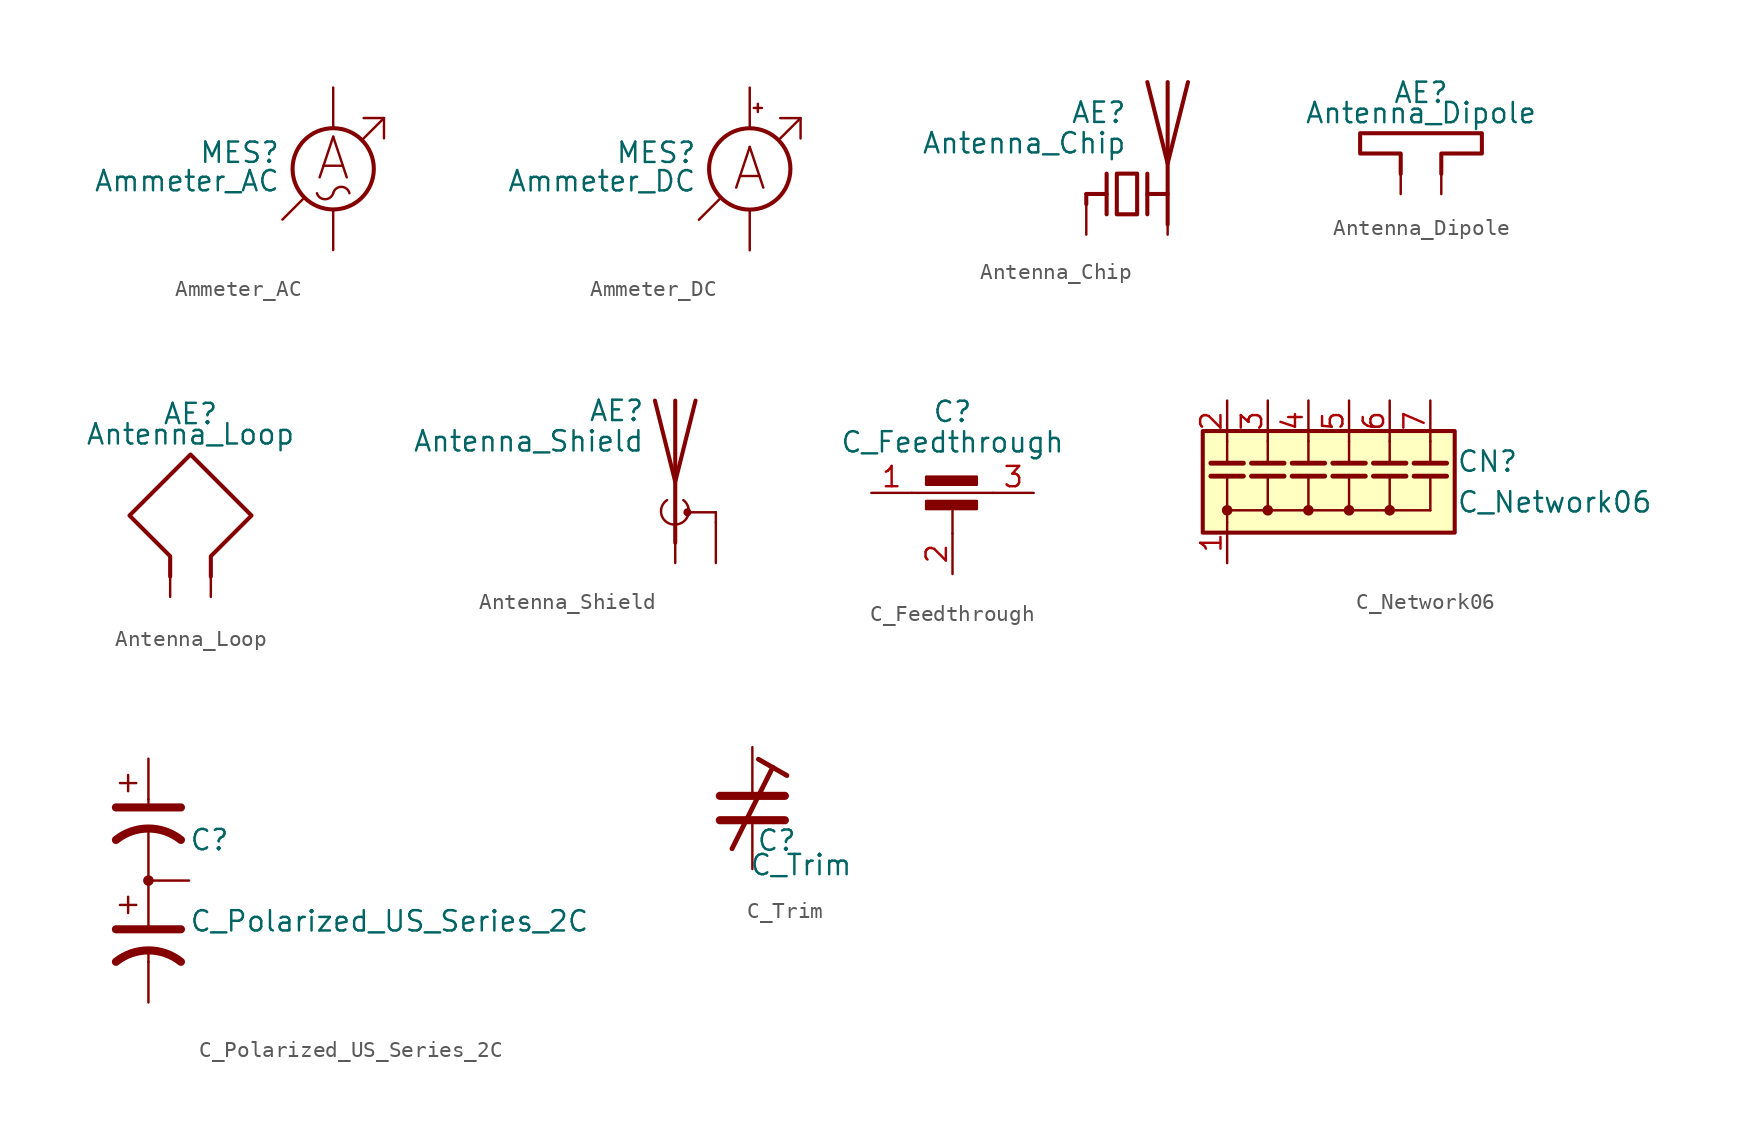
<source format=kicad_sym>
(kicad_symbol_lib
  (version 20241209)
  (generator "kicad_symbol_editor")
  (generator_version "9.0")
  (symbol "Ammeter_AC"
    (pin_numbers
      (hide yes))
    (pin_names
      (offset 0.025)
      (hide yes))
    (property "Reference" "MES"
      (at -3.302 1.016 0)
      (effects (font (size 1.27 1.27)) (justify right)))
    (property "Value" "Ammeter_AC"
      (at -3.302 -0.762 0)
      (effects (font (size 1.27 1.27)) (justify right)))
    (symbol "Ammeter_AC_0_0"
      (polyline (pts (xy -3.175 -3.175) (xy -1.905 -1.905)) (stroke (width 0) (type default)) (fill (type none)))
      (polyline (pts (xy 1.905 3.175) (xy 3.175 3.175) (xy 3.175 1.905)) (stroke (width 0) (type default)) (fill (type none)))
      (polyline (pts (xy 1.905 1.905) (xy 3.175 3.175)) (stroke (width 0) (type default)) (fill (type none)))
      (text "A" (at 0 0.635 0) (effects (font (size 2.54 2.54)))))
    (symbol "Ammeter_AC_0_1"
      (arc (start 0 -1.524) (mid -0.508 -1.902) (end -1.016 -1.524) (stroke (width 0) (type default)) (fill (type none)))
      (circle (center 0 0) (radius 2.54) (stroke (width 0.254) (type default)) (fill (type none)))
      (arc (start 0 -1.524) (mid 0.508 -1.1274) (end 1.016 -1.524) (stroke (width 0) (type default)) (fill (type none))))
    (symbol "Ammeter_AC_1_1"
      (pin passive line (at 0 5.08 270) (length 2.54) (name "~" (effects (font (size 1.27 1.27)))) (number "2" (effects (font (size 1.27 1.27)))))
      (pin passive line (at 0 -5.08 90) (length 2.54) (name "~" (effects (font (size 1.27 1.27)))) (number "1" (effects (font (size 1.27 1.27)))))))
  (symbol "Ammeter_DC"
    (pin_numbers
      (hide yes))
    (pin_names
      (offset 0.025)
      (hide yes))
    (property "Reference" "MES"
      (at -3.302 1.016 0)
      (effects (font (size 1.27 1.27)) (justify right)))
    (property "Value" "Ammeter_DC"
      (at -3.302 -0.762 0)
      (effects (font (size 1.27 1.27)) (justify right)))
    (symbol "Ammeter_DC_0_0"
      (polyline (pts (xy -3.175 -3.175) (xy -1.905 -1.905)) (stroke (width 0) (type default)) (fill (type none)))
      (polyline (pts (xy 1.905 3.175) (xy 3.175 3.175) (xy 3.175 1.905)) (stroke (width 0) (type default)) (fill (type none)))
      (polyline (pts (xy 1.905 1.905) (xy 3.175 3.175)) (stroke (width 0) (type default)) (fill (type none)))
      (text "A" (at 0 0 0) (effects (font (size 2.54 2.54)))))
    (symbol "Ammeter_DC_0_1"
      (circle (center 0 0) (radius 2.54) (stroke (width 0.254) (type default)) (fill (type none)))
      (polyline (pts (xy 0.254 3.81) (xy 0.762 3.81)) (stroke (width 0) (type default)) (fill (type none)))
      (polyline (pts (xy 0.508 4.064) (xy 0.508 3.556)) (stroke (width 0) (type default)) (fill (type none))))
    (symbol "Ammeter_DC_1_1"
      (pin passive line (at 0 5.08 270) (length 2.54) (name "+" (effects (font (size 1.27 1.27)))) (number "2" (effects (font (size 1.27 1.27)))))
      (pin passive line (at 0 -5.08 90) (length 2.54) (name "-" (effects (font (size 1.27 1.27)))) (number "1" (effects (font (size 1.27 1.27)))))))
  (symbol "Antenna_Chip"
    (pin_numbers
      (hide yes))
    (pin_names
      (offset 1.016)
      (hide yes))
    (property "Reference" "AE"
      (at 0 5.08 0)
      (effects (font (size 1.27 1.27)) (justify right)))
    (property "Value" "Antenna_Chip"
      (at 0 3.175 0)
      (effects (font (size 1.27 1.27)) (justify right)))
    (symbol "Antenna_Chip_0_1"
      (polyline (pts (xy -2.54 0) (xy -2.54 -0.635)) (stroke (width 0.254) (type default)) (fill (type none)))
      (polyline (pts (xy -2.54 0) (xy -1.27 0)) (stroke (width 0.254) (type default)) (fill (type none)))
      (polyline (pts (xy -1.27 1.27) (xy -1.27 -1.27) (xy -1.27 0)) (stroke (width 0.254) (type default)) (fill (type none)))
      (polyline (pts (xy -0.635 1.27) (xy 0.635 1.27) (xy 0.635 -1.27) (xy -0.635 -1.27) (xy -0.635 1.27)) (stroke (width 0.254) (type default)) (fill (type none)))
      (polyline (pts (xy 1.27 1.27) (xy 1.27 -1.27)) (stroke (width 0.254) (type default)) (fill (type none)))
      (polyline (pts (xy 1.27 0) (xy 2.54 0)) (stroke (width 0.254) (type default)) (fill (type none)))
      (polyline (pts (xy 2.54 6.985) (xy 2.54 -1.905)) (stroke (width 0.254) (type default)) (fill (type none)))
      (polyline (pts (xy 2.54 -0.635) (xy 2.54 0)) (stroke (width 0) (type default)) (fill (type none)))
      (polyline (pts (xy 3.81 6.985) (xy 2.54 1.905) (xy 1.27 6.985)) (stroke (width 0.254) (type default)) (fill (type none))))
    (symbol "Antenna_Chip_1_1"
      (pin input line (at -2.54 -2.54 90) (length 2.54) (name "FEED" (effects (font (size 1.27 1.27)))) (number "1" (effects (font (size 1.27 1.27)))))
      (pin passive line (at 2.54 -2.54 90) (length 2.54) (name "PCB_Trace" (effects (font (size 1.27 1.27)))) (number "2" (effects (font (size 1.27 1.27)))))))
  (symbol "Antenna_Dipole"
    (pin_numbers
      (hide yes))
    (pin_names
      (offset 1.016)
      (hide yes))
    (property "Reference" "AE"
      (at 1.27 1.27 0)
      (effects (font (size 1.27 1.27))))
    (property "Value" "Antenna_Dipole"
      (at 1.27 0 0)
      (effects (font (size 1.27 1.27))))
    (symbol "Antenna_Dipole_0_1"
      (polyline (pts (xy 2.54 -3.81) (xy 2.54 -2.54) (xy 5.08 -2.54) (xy 5.08 -1.27) (xy -2.54 -1.27) (xy -2.54 -2.54) (xy 0 -2.54) (xy 0 -3.81)) (stroke (width 0.254) (type default)) (fill (type none))))
    (symbol "Antenna_Dipole_1_1"
      (pin input line (at 0 -5.08 90) (length 2.54) (name "~" (effects (font (size 1.27 1.27)))) (number "1" (effects (font (size 1.27 1.27)))))
      (pin input line (at 2.54 -5.08 90) (length 2.54) (name "~" (effects (font (size 1.27 1.27)))) (number "2" (effects (font (size 1.27 1.27)))))))
  (symbol "Antenna_Loop"
    (pin_numbers
      (hide yes))
    (pin_names
      (offset 1.016)
      (hide yes))
    (property "Reference" "AE"
      (at 1.27 6.35 0)
      (effects (font (size 1.27 1.27))))
    (property "Value" "Antenna_Loop"
      (at 1.27 5.08 0)
      (effects (font (size 1.27 1.27))))
    (symbol "Antenna_Loop_0_1"
      (polyline (pts (xy 2.54 -3.81) (xy 2.54 -2.54) (xy 5.08 0) (xy 1.27 3.81) (xy -2.54 0) (xy 0 -2.54) (xy 0 -3.81)) (stroke (width 0.254) (type default)) (fill (type none))))
    (symbol "Antenna_Loop_1_1"
      (pin input line (at 0 -5.08 90) (length 2.54) (name "~" (effects (font (size 1.27 1.27)))) (number "1" (effects (font (size 1.27 1.27)))))
      (pin input line (at 2.54 -5.08 90) (length 2.54) (name "~" (effects (font (size 1.27 1.27)))) (number "2" (effects (font (size 1.27 1.27)))))))
  (symbol "Antenna_Shield"
    (pin_numbers
      (hide yes))
    (pin_names
      (offset 1.016)
      (hide yes))
    (property "Reference" "AE"
      (at -1.905 4.445 0)
      (effects (font (size 1.27 1.27)) (justify right)))
    (property "Value" "Antenna_Shield"
      (at -1.905 2.54 0)
      (effects (font (size 1.27 1.27)) (justify right)))
    (symbol "Antenna_Shield_0_1"
      (arc (start 0 -2.667) (mid -0.8485 -2.1032) (end -0.508 -1.143) (stroke (width 0) (type default)) (fill (type none)))
      (polyline (pts (xy 0 5.08) (xy 0 -3.81)) (stroke (width 0.254) (type default)) (fill (type none)))
      (polyline (pts (xy 0 -2.54) (xy 0 0)) (stroke (width 0) (type default)) (fill (type none)))
      (arc (start 0.508 -1.143) (mid 0.8046 -2.0885) (end 0 -2.667) (stroke (width 0) (type default)) (fill (type none)))
      (polyline (pts (xy 0.762 -1.905) (xy 2.54 -1.905)) (stroke (width 0) (type default)) (fill (type none)))
      (circle (center 0.762 -1.905) (radius 0.178) (stroke (width 0) (type default)) (fill (type outline)))
      (polyline (pts (xy 1.27 5.08) (xy 0 0) (xy -1.27 5.08)) (stroke (width 0.254) (type default)) (fill (type none)))
      (polyline (pts (xy 2.54 -2.54) (xy 2.54 -1.905)) (stroke (width 0) (type default)) (fill (type none))))
    (symbol "Antenna_Shield_1_1"
      (pin input line (at 0 -5.08 90) (length 2.54) (name "A" (effects (font (size 1.27 1.27)))) (number "1" (effects (font (size 1.27 1.27)))))
      (pin input line (at 2.54 -5.08 90) (length 2.54) (name "Shield" (effects (font (size 1.27 1.27)))) (number "2" (effects (font (size 1.27 1.27)))))))
  (symbol "C_Feedthrough"
    (pin_names
      (offset 0.254)
      (hide yes))
    (property "Reference" "C"
      (at 0 7.62 0)
      (effects (font (size 1.27 1.27))))
    (property "Value" "C_Feedthrough"
      (at 0 5.715 0)
      (effects (font (size 1.27 1.27))))
    (symbol "C_Feedthrough_0_1"
      (polyline (pts (xy -2.54 2.54) (xy 2.54 2.54)) (stroke (width 0) (type default)) (fill (type none)))
      (rectangle (start -1.651 1.524) (end 1.524 2.032) (stroke (width 0) (type default)) (fill (type outline)))
      (polyline (pts (xy 0 0) (xy 0 1.778)) (stroke (width 0) (type default)) (fill (type none)))
      (rectangle (start 1.524 3.048) (end -1.651 3.556) (stroke (width 0) (type default)) (fill (type outline))))
    (symbol "C_Feedthrough_1_1"
      (pin passive line (at -5.08 2.54 0) (length 2.54) (name "1" (effects (font (size 1.27 1.27)))) (number "1" (effects (font (size 1.27 1.27)))))
      (pin passive line (at 0 -2.54 90) (length 2.54) (name "2" (effects (font (size 1.27 1.27)))) (number "2" (effects (font (size 1.27 1.27)))))
      (pin passive line (at 5.08 2.54 180) (length 2.54) (name "3" (effects (font (size 1.27 1.27)))) (number "3" (effects (font (size 1.27 1.27)))))))
  (symbol "C_Network06"
    (pin_names
      (offset 0)
      (hide yes))
    (property "Reference" "CN"
      (at 6.706 1.27 0)
      (effects (font (size 1.27 1.27)) (justify left)))
    (property "Value" "C_Network06"
      (at 6.706 -1.27 0)
      (effects (font (size 1.27 1.27)) (justify left)))
    (symbol "C_Network06_0_1"
      (rectangle (start -9.144 3.175) (end 6.604 -3.175) (stroke (width 0.254) (type default)) (fill (type background)))
      (polyline (pts (xy -7.62 2.54) (xy -7.62 1.168)) (stroke (width 0) (type default)) (fill (type none)))
      (circle (center -7.62 -1.778) (radius 0.254) (stroke (width 0) (type default)) (fill (type outline)))
      (polyline (pts (xy -7.62 -1.778) (xy -7.62 0.356)) (stroke (width 0) (type default)) (fill (type none)))
      (polyline (pts (xy -7.62 -1.778) (xy 5.08 -1.778)) (stroke (width 0) (type default)) (fill (type none)))
      (polyline (pts (xy -7.62 -2.54) (xy -7.62 -1.778)) (stroke (width 0) (type default)) (fill (type none)))
      (polyline (pts (xy -5.08 2.54) (xy -5.08 1.168)) (stroke (width 0) (type default)) (fill (type none)))
      (circle (center -5.08 -1.778) (radius 0.254) (stroke (width 0) (type default)) (fill (type outline)))
      (polyline (pts (xy -5.08 -1.778) (xy -5.08 0.356)) (stroke (width 0) (type default)) (fill (type none)))
      (polyline (pts (xy -2.54 2.54) (xy -2.54 1.168)) (stroke (width 0) (type default)) (fill (type none)))
      (circle (center -2.54 -1.778) (radius 0.254) (stroke (width 0) (type default)) (fill (type outline)))
      (polyline (pts (xy -2.54 -1.778) (xy -2.54 0.356)) (stroke (width 0) (type default)) (fill (type none)))
      (polyline (pts (xy 0 2.54) (xy 0 1.168)) (stroke (width 0) (type default)) (fill (type none)))
      (polyline (pts (xy 0 -1.778) (xy 0 0.356)) (stroke (width 0) (type default)) (fill (type none)))
      (circle (center 0 -1.778) (radius 0.254) (stroke (width 0) (type default)) (fill (type outline)))
      (polyline (pts (xy 2.54 2.54) (xy 2.54 1.168)) (stroke (width 0) (type default)) (fill (type none)))
      (polyline (pts (xy 2.54 -1.778) (xy 2.54 0.356)) (stroke (width 0) (type default)) (fill (type none)))
      (circle (center 2.54 -1.778) (radius 0.254) (stroke (width 0) (type default)) (fill (type outline)))
      (polyline (pts (xy 5.08 2.54) (xy 5.08 1.168)) (stroke (width 0) (type default)) (fill (type none)))
      (polyline (pts (xy 5.08 -1.778) (xy 5.08 0.356)) (stroke (width 0) (type default)) (fill (type none))))
    (symbol "C_Network06_1_0"
      (pin passive line (at 2.54 5.08 270) (length 2.54) (name "C5" (effects (font (size 1.27 1.27)))) (number "6" (effects (font (size 1.27 1.27)))))
      (pin passive line (at 5.08 5.08 270) (length 2.54) (name "C6" (effects (font (size 1.27 1.27)))) (number "7" (effects (font (size 1.27 1.27))))))
    (symbol "C_Network06_1_1"
      (polyline (pts (xy -8.636 1.168) (xy -6.604 1.168)) (stroke (width 0.305) (type default)) (fill (type none)))
      (polyline (pts (xy -8.636 0.356) (xy -6.604 0.356)) (stroke (width 0.305) (type default)) (fill (type none)))
      (polyline (pts (xy -6.096 1.168) (xy -4.064 1.168)) (stroke (width 0.305) (type default)) (fill (type none)))
      (polyline (pts (xy -6.096 0.356) (xy -4.064 0.356)) (stroke (width 0.305) (type default)) (fill (type none)))
      (polyline (pts (xy -3.556 1.168) (xy -1.524 1.168)) (stroke (width 0.305) (type default)) (fill (type none)))
      (polyline (pts (xy -3.556 0.356) (xy -1.524 0.356)) (stroke (width 0.305) (type default)) (fill (type none)))
      (polyline (pts (xy -1.016 1.168) (xy 1.016 1.168)) (stroke (width 0.305) (type default)) (fill (type none)))
      (polyline (pts (xy -1.016 0.356) (xy 1.016 0.356)) (stroke (width 0.305) (type default)) (fill (type none)))
      (polyline (pts (xy 1.524 1.168) (xy 3.556 1.168)) (stroke (width 0.305) (type default)) (fill (type none)))
      (polyline (pts (xy 1.524 0.356) (xy 3.556 0.356)) (stroke (width 0.305) (type default)) (fill (type none)))
      (polyline (pts (xy 4.064 1.168) (xy 6.096 1.168)) (stroke (width 0.305) (type default)) (fill (type none)))
      (polyline (pts (xy 4.064 0.356) (xy 6.096 0.356)) (stroke (width 0.305) (type default)) (fill (type none)))
      (pin passive line (at -7.62 5.08 270) (length 2.54) (name "C1" (effects (font (size 1.27 1.27)))) (number "2" (effects (font (size 1.27 1.27)))))
      (pin passive line (at -7.62 -5.08 90) (length 2.54) (name "common" (effects (font (size 1.27 1.27)))) (number "1" (effects (font (size 1.27 1.27)))))
      (pin passive line (at -5.08 5.08 270) (length 2.54) (name "C2" (effects (font (size 1.27 1.27)))) (number "3" (effects (font (size 1.27 1.27)))))
      (pin passive line (at -2.54 5.08 270) (length 2.54) (name "C3" (effects (font (size 1.27 1.27)))) (number "4" (effects (font (size 1.27 1.27)))))
      (pin passive line (at 0 5.08 270) (length 2.54) (name "C4" (effects (font (size 1.27 1.27)))) (number "5" (effects (font (size 1.27 1.27)))))))
  (symbol "C_Polarized_US_Series_2C"
    (pin_numbers
      (hide yes))
    (pin_names
      (hide yes))
    (property "Reference" "C"
      (at 2.54 2.54 0)
      (effects (font (size 1.27 1.27)) (justify left)))
    (property "Value" "C_Polarized_US_Series_2C"
      (at 2.54 -2.54 0)
      (effects (font (size 1.27 1.27)) (justify left)))
    (symbol "C_Polarized_US_Series_2C_0_1"
      (polyline (pts (xy -2.032 4.572) (xy 2.032 4.572)) (stroke (width 0.508) (type default)) (fill (type none)))
      (polyline (pts (xy -2.032 -3.048) (xy 2.032 -3.048)) (stroke (width 0.508) (type default)) (fill (type none)))
      (polyline (pts (xy -1.778 6.096) (xy -0.762 6.096)) (stroke (width 0) (type default)) (fill (type none)))
      (polyline (pts (xy -1.778 -1.524) (xy -0.762 -1.524)) (stroke (width 0) (type default)) (fill (type none)))
      (polyline (pts (xy -1.27 5.588) (xy -1.27 6.604)) (stroke (width 0) (type default)) (fill (type none)))
      (polyline (pts (xy -1.27 -2.032) (xy -1.27 -1.016)) (stroke (width 0) (type default)) (fill (type none)))
      (polyline (pts (xy 0 5.08) (xy 0 4.826)) (stroke (width 0.152) (type default)) (fill (type none)))
      (arc (start -2.032 2.54) (mid 0 3.2528) (end 2.032 2.54) (stroke (width 0.508) (type default)) (fill (type none)))
      (circle (center 0 0) (radius 0.254) (stroke (width 0) (type default)) (fill (type outline)))
      (polyline (pts (xy 0 -2.794) (xy 0 3.048)) (stroke (width 0.152) (type default)) (fill (type none)))
      (polyline (pts (xy 0 -5.08) (xy 0 -4.572)) (stroke (width 0.152) (type default)) (fill (type none)))
      (arc (start -2.032 -5.08) (mid 0 -4.3672) (end 2.032 -5.08) (stroke (width 0.508) (type default)) (fill (type none))))
    (symbol "C_Polarized_US_Series_2C_1_1"
      (pin passive line (at 0 7.62 270) (length 2.54) (name "~" (effects (font (size 1.27 1.27)))) (number "1" (effects (font (size 1.27 1.27)))))
      (pin passive line (at 0 -7.62 90) (length 2.54) (name "~" (effects (font (size 1.27 1.27)))) (number "3" (effects (font (size 1.27 1.27)))))
      (pin passive line (at 2.54 0 180) (length 2.54) (name "~" (effects (font (size 1.27 1.27)))) (number "2" (effects (font (size 1.27 1.27)))))))
  (symbol "C_Trim"
    (pin_numbers
      (hide yes))
    (pin_names
      (offset 0.254)
      (hide yes))
    (property "Reference" "C"
      (at 1.524 -2.032 0)
      (effects (font (size 1.27 1.27))))
    (property "Value" "C_Trim"
      (at 3.048 -3.556 0)
      (effects (font (size 1.27 1.27))))
    (symbol "C_Trim_0_1"
      (polyline (pts (xy -2.032 0.762) (xy 2.032 0.762)) (stroke (width 0.508) (type default)) (fill (type none)))
      (polyline (pts (xy -2.032 -0.762) (xy 2.032 -0.762)) (stroke (width 0.508) (type default)) (fill (type none)))
      (polyline (pts (xy 1.27 2.54) (xy -1.27 -2.54)) (stroke (width 0.305) (type default)) (fill (type none)))
      (polyline (pts (xy 1.27 2.54) (xy 0.381 3.048)) (stroke (width 0.305) (type default)) (fill (type none)))
      (polyline (pts (xy 1.27 2.54) (xy 2.159 2.032)) (stroke (width 0.305) (type default)) (fill (type none))))
    (symbol "C_Trim_1_1"
      (pin passive line (at 0 3.81 270) (length 3.048) (name "~" (effects (font (size 1.27 1.27)))) (number "1" (effects (font (size 1.27 1.27)))))
      (pin passive line (at 0 -3.81 90) (length 3.048) (name "~" (effects (font (size 1.27 1.27)))) (number "2" (effects (font (size 1.27 1.27))))))))
</source>
